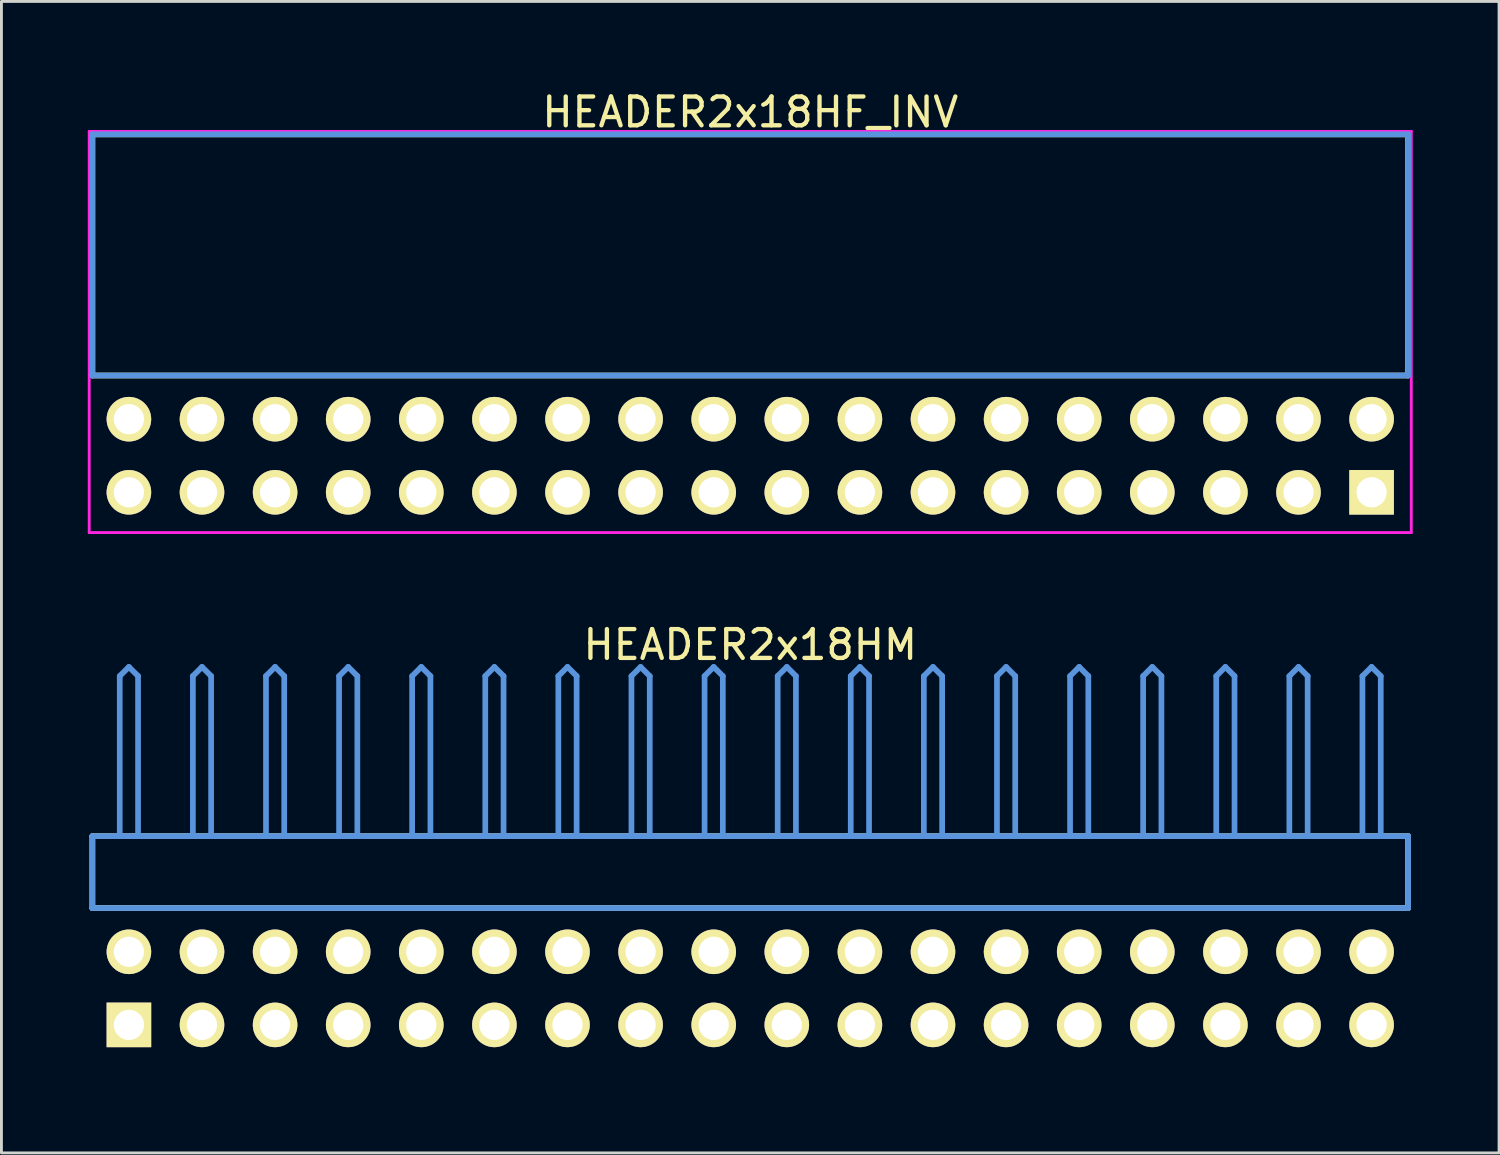
<source format=kicad_pcb>
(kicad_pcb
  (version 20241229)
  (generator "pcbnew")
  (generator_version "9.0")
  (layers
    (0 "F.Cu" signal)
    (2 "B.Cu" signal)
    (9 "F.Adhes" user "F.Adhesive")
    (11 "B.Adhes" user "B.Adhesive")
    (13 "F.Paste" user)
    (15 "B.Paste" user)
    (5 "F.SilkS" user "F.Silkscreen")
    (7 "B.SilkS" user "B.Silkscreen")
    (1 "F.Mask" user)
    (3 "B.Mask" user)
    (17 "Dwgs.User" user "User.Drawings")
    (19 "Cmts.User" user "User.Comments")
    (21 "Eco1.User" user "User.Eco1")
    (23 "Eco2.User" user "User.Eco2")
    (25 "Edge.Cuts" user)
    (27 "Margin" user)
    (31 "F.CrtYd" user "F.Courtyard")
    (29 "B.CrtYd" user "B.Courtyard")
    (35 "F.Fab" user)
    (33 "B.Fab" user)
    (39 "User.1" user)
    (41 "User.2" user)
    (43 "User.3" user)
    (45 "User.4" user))
  (footprint "HEADER2x18HF_INV"
    (layer "F.Cu")
    (at 1.429 14.056)
    (property "Reference" "HEADER2x18HF_INV" (at 21.59 -13.208 0) (layer "F.SilkS") (effects (font (size 1.001 1.001) (thickness 0.15))))
    (attr through_hole)
    (fp_line (start -1.27 -12.438) (end -1.27 -4.059) (stroke (width 0.198) (type solid)) (layer "F.SilkS"))
    (fp_line (start -1.27 -4.059) (end 44.45 -4.059) (stroke (width 0.198) (type solid)) (layer "F.SilkS"))
    (fp_line (start 44.45 -12.438) (end -1.27 -12.438) (stroke (width 0.198) (type solid)) (layer "F.SilkS"))
    (fp_line (start 44.45 -4.059) (end 44.45 -12.438) (stroke (width 0.198) (type solid)) (layer "F.SilkS"))
    (fp_line (start -1.27 -12.438) (end -1.27 -4.059) (stroke (width 0.198) (type solid)) (layer "Cmts.User"))
    (fp_line (start -1.27 -4.059) (end 44.45 -4.059) (stroke (width 0.198) (type solid)) (layer "Cmts.User"))
    (fp_line (start 44.45 -12.438) (end -1.27 -12.438) (stroke (width 0.198) (type solid)) (layer "Cmts.User"))
    (fp_line (start 44.45 -4.059) (end 44.45 -12.438) (stroke (width 0.198) (type solid)) (layer "Cmts.User"))
    (fp_line (start -1.379 -12.54) (end 44.559 -12.54) (stroke (width 0.099) (type solid)) (layer "F.CrtYd"))
    (fp_line (start -1.379 1.4) (end -1.379 -12.54) (stroke (width 0.099) (type solid)) (layer "F.CrtYd"))
    (fp_line (start 44.559 -12.54) (end 44.559 1.4) (stroke (width 0.099) (type solid)) (layer "F.CrtYd"))
    (fp_line (start 44.559 1.4) (end -1.379 1.4) (stroke (width 0.099) (type solid)) (layer "F.CrtYd"))
    (pad "1" thru_hole rect (at 43.18 0) (size 1.549 1.549) (drill 1.049) (layers "*.Cu" "*.Mask" "F.SilkS"))
    (pad "2" thru_hole circle (at 43.18 -2.54) (size 1.549 1.549) (drill 1.049) (layers "*.Cu" "*.Mask" "F.SilkS"))
    (pad "3" thru_hole circle (at 40.64 0) (size 1.549 1.549) (drill 1.049) (layers "*.Cu" "*.Mask" "F.SilkS"))
    (pad "4" thru_hole circle (at 40.64 -2.54) (size 1.549 1.549) (drill 1.049) (layers "*.Cu" "*.Mask" "F.SilkS"))
    (pad "5" thru_hole circle (at 38.1 0) (size 1.549 1.549) (drill 1.049) (layers "*.Cu" "*.Mask" "F.SilkS"))
    (pad "6" thru_hole circle (at 38.1 -2.54) (size 1.549 1.549) (drill 1.049) (layers "*.Cu" "*.Mask" "F.SilkS"))
    (pad "7" thru_hole circle (at 35.56 0) (size 1.549 1.549) (drill 1.049) (layers "*.Cu" "*.Mask" "F.SilkS"))
    (pad "8" thru_hole circle (at 35.56 -2.54) (size 1.549 1.549) (drill 1.049) (layers "*.Cu" "*.Mask" "F.SilkS"))
    (pad "9" thru_hole circle (at 33.02 0) (size 1.549 1.549) (drill 1.049) (layers "*.Cu" "*.Mask" "F.SilkS"))
    (pad "10" thru_hole circle (at 33.02 -2.54) (size 1.549 1.549) (drill 1.049) (layers "*.Cu" "*.Mask" "F.SilkS"))
    (pad "11" thru_hole circle (at 30.48 0) (size 1.549 1.549) (drill 1.049) (layers "*.Cu" "*.Mask" "F.SilkS"))
    (pad "12" thru_hole circle (at 30.48 -2.54) (size 1.549 1.549) (drill 1.049) (layers "*.Cu" "*.Mask" "F.SilkS"))
    (pad "13" thru_hole circle (at 27.94 0) (size 1.549 1.549) (drill 1.049) (layers "*.Cu" "*.Mask" "F.SilkS"))
    (pad "14" thru_hole circle (at 27.94 -2.54) (size 1.549 1.549) (drill 1.049) (layers "*.Cu" "*.Mask" "F.SilkS"))
    (pad "15" thru_hole circle (at 25.4 0) (size 1.549 1.549) (drill 1.049) (layers "*.Cu" "*.Mask" "F.SilkS"))
    (pad "16" thru_hole circle (at 25.4 -2.54) (size 1.549 1.549) (drill 1.049) (layers "*.Cu" "*.Mask" "F.SilkS"))
    (pad "17" thru_hole circle (at 22.86 0) (size 1.549 1.549) (drill 1.049) (layers "*.Cu" "*.Mask" "F.SilkS"))
    (pad "18" thru_hole circle (at 22.86 -2.54) (size 1.549 1.549) (drill 1.049) (layers "*.Cu" "*.Mask" "F.SilkS"))
    (pad "19" thru_hole circle (at 20.32 0) (size 1.549 1.549) (drill 1.049) (layers "*.Cu" "*.Mask" "F.SilkS"))
    (pad "20" thru_hole circle (at 20.32 -2.54) (size 1.549 1.549) (drill 1.049) (layers "*.Cu" "*.Mask" "F.SilkS"))
    (pad "21" thru_hole circle (at 17.78 0) (size 1.549 1.549) (drill 1.049) (layers "*.Cu" "*.Mask" "F.SilkS"))
    (pad "22" thru_hole circle (at 17.78 -2.54) (size 1.549 1.549) (drill 1.049) (layers "*.Cu" "*.Mask" "F.SilkS"))
    (pad "23" thru_hole circle (at 15.24 0) (size 1.549 1.549) (drill 1.049) (layers "*.Cu" "*.Mask" "F.SilkS"))
    (pad "24" thru_hole circle (at 15.24 -2.54) (size 1.549 1.549) (drill 1.049) (layers "*.Cu" "*.Mask" "F.SilkS"))
    (pad "25" thru_hole circle (at 12.7 0) (size 1.549 1.549) (drill 1.049) (layers "*.Cu" "*.Mask" "F.SilkS"))
    (pad "26" thru_hole circle (at 12.7 -2.54) (size 1.549 1.549) (drill 1.049) (layers "*.Cu" "*.Mask" "F.SilkS"))
    (pad "27" thru_hole circle (at 10.16 0) (size 1.549 1.549) (drill 1.049) (layers "*.Cu" "*.Mask" "F.SilkS"))
    (pad "28" thru_hole circle (at 10.16 -2.54) (size 1.549 1.549) (drill 1.049) (layers "*.Cu" "*.Mask" "F.SilkS"))
    (pad "29" thru_hole circle (at 7.62 0) (size 1.549 1.549) (drill 1.049) (layers "*.Cu" "*.Mask" "F.SilkS"))
    (pad "30" thru_hole circle (at 7.62 -2.54) (size 1.549 1.549) (drill 1.049) (layers "*.Cu" "*.Mask" "F.SilkS"))
    (pad "31" thru_hole circle (at 5.08 0) (size 1.549 1.549) (drill 1.049) (layers "*.Cu" "*.Mask" "F.SilkS"))
    (pad "32" thru_hole circle (at 5.08 -2.54) (size 1.549 1.549) (drill 1.049) (layers "*.Cu" "*.Mask" "F.SilkS"))
    (pad "33" thru_hole circle (at 2.54 0) (size 1.549 1.549) (drill 1.049) (layers "*.Cu" "*.Mask" "F.SilkS"))
    (pad "34" thru_hole circle (at 2.54 -2.54) (size 1.549 1.549) (drill 1.049) (layers "*.Cu" "*.Mask" "F.SilkS"))
    (pad "35" thru_hole circle (at 0 0) (size 1.549 1.549) (drill 1.049) (layers "*.Cu" "*.Mask" "F.SilkS"))
    (pad "36" thru_hole circle (at 0 -2.54) (size 1.549 1.549) (drill 1.049) (layers "*.Cu" "*.Mask" "F.SilkS")))
  (footprint "HEADER2x18HM"
    (layer "F.Cu")
    (at 1.429 32.562)
    (property "Reference" "HEADER2x18HM" (at 21.59 -13.208 0) (layer "F.SilkS") (effects (font (size 1.001 1.001) (thickness 0.15))))
    (attr through_hole)
    (fp_line (start -1.27 -6.558) (end -1.27 -4.059) (stroke (width 0.198) (type solid)) (layer "F.SilkS"))
    (fp_line (start -1.27 -4.059) (end 44.45 -4.059) (stroke (width 0.198) (type solid)) (layer "F.SilkS"))
    (fp_line (start 44.45 -6.558) (end -1.27 -6.558) (stroke (width 0.198) (type solid)) (layer "F.SilkS"))
    (fp_line (start 44.45 -4.059) (end 44.45 -6.558) (stroke (width 0.198) (type solid)) (layer "F.SilkS"))
    (fp_line (start -1.27 -6.558) (end -1.27 -4.059) (stroke (width 0.198) (type solid)) (layer "Cmts.User"))
    (fp_line (start -1.27 -4.059) (end 44.45 -4.059) (stroke (width 0.198) (type solid)) (layer "Cmts.User"))
    (fp_line (start -0.318 -12.121) (end 0 -12.438) (stroke (width 0.198) (type solid)) (layer "Cmts.User"))
    (fp_line (start -0.318 -6.599) (end -0.318 -12.121) (stroke (width 0.198) (type solid)) (layer "Cmts.User"))
    (fp_line (start 0.318 -12.121) (end 0 -12.438) (stroke (width 0.198) (type solid)) (layer "Cmts.User"))
    (fp_line (start 0.318 -6.599) (end 0.318 -12.121) (stroke (width 0.198) (type solid)) (layer "Cmts.User"))
    (fp_line (start 2.223 -12.121) (end 2.54 -12.438) (stroke (width 0.198) (type solid)) (layer "Cmts.User"))
    (fp_line (start 2.223 -6.599) (end 2.223 -12.121) (stroke (width 0.198) (type solid)) (layer "Cmts.User"))
    (fp_line (start 2.857 -12.121) (end 2.54 -12.438) (stroke (width 0.198) (type solid)) (layer "Cmts.User"))
    (fp_line (start 2.857 -6.599) (end 2.857 -12.121) (stroke (width 0.198) (type solid)) (layer "Cmts.User"))
    (fp_line (start 4.763 -12.121) (end 5.08 -12.438) (stroke (width 0.198) (type solid)) (layer "Cmts.User"))
    (fp_line (start 4.763 -6.599) (end 4.763 -12.121) (stroke (width 0.198) (type solid)) (layer "Cmts.User"))
    (fp_line (start 5.397 -12.121) (end 5.08 -12.438) (stroke (width 0.198) (type solid)) (layer "Cmts.User"))
    (fp_line (start 5.397 -6.599) (end 5.397 -12.121) (stroke (width 0.198) (type solid)) (layer "Cmts.User"))
    (fp_line (start 7.303 -12.121) (end 7.62 -12.438) (stroke (width 0.198) (type solid)) (layer "Cmts.User"))
    (fp_line (start 7.303 -6.599) (end 7.303 -12.121) (stroke (width 0.198) (type solid)) (layer "Cmts.User"))
    (fp_line (start 7.938 -12.121) (end 7.62 -12.438) (stroke (width 0.198) (type solid)) (layer "Cmts.User"))
    (fp_line (start 7.938 -6.599) (end 7.938 -12.121) (stroke (width 0.198) (type solid)) (layer "Cmts.User"))
    (fp_line (start 9.842 -12.121) (end 10.16 -12.438) (stroke (width 0.198) (type solid)) (layer "Cmts.User"))
    (fp_line (start 9.842 -6.599) (end 9.842 -12.121) (stroke (width 0.198) (type solid)) (layer "Cmts.User"))
    (fp_line (start 10.477 -12.121) (end 10.16 -12.438) (stroke (width 0.198) (type solid)) (layer "Cmts.User"))
    (fp_line (start 10.477 -6.599) (end 10.477 -12.121) (stroke (width 0.198) (type solid)) (layer "Cmts.User"))
    (fp_line (start 12.383 -12.121) (end 12.7 -12.438) (stroke (width 0.198) (type solid)) (layer "Cmts.User"))
    (fp_line (start 12.383 -6.599) (end 12.383 -12.121) (stroke (width 0.198) (type solid)) (layer "Cmts.User"))
    (fp_line (start 13.018 -12.121) (end 12.7 -12.438) (stroke (width 0.198) (type solid)) (layer "Cmts.User"))
    (fp_line (start 13.018 -6.599) (end 13.018 -12.121) (stroke (width 0.198) (type solid)) (layer "Cmts.User"))
    (fp_line (start 14.922 -12.121) (end 15.24 -12.438) (stroke (width 0.198) (type solid)) (layer "Cmts.User"))
    (fp_line (start 14.922 -6.599) (end 14.922 -12.121) (stroke (width 0.198) (type solid)) (layer "Cmts.User"))
    (fp_line (start 15.557 -12.121) (end 15.24 -12.438) (stroke (width 0.198) (type solid)) (layer "Cmts.User"))
    (fp_line (start 15.557 -6.599) (end 15.557 -12.121) (stroke (width 0.198) (type solid)) (layer "Cmts.User"))
    (fp_line (start 17.462 -12.121) (end 17.78 -12.438) (stroke (width 0.198) (type solid)) (layer "Cmts.User"))
    (fp_line (start 17.462 -6.599) (end 17.462 -12.121) (stroke (width 0.198) (type solid)) (layer "Cmts.User"))
    (fp_line (start 18.098 -12.121) (end 17.78 -12.438) (stroke (width 0.198) (type solid)) (layer "Cmts.User"))
    (fp_line (start 18.098 -6.599) (end 18.098 -12.121) (stroke (width 0.198) (type solid)) (layer "Cmts.User"))
    (fp_line (start 20.003 -12.121) (end 20.32 -12.438) (stroke (width 0.198) (type solid)) (layer "Cmts.User"))
    (fp_line (start 20.003 -6.599) (end 20.003 -12.121) (stroke (width 0.198) (type solid)) (layer "Cmts.User"))
    (fp_line (start 20.637 -12.121) (end 20.32 -12.438) (stroke (width 0.198) (type solid)) (layer "Cmts.User"))
    (fp_line (start 20.637 -6.599) (end 20.637 -12.121) (stroke (width 0.198) (type solid)) (layer "Cmts.User"))
    (fp_line (start 22.543 -12.121) (end 22.86 -12.438) (stroke (width 0.198) (type solid)) (layer "Cmts.User"))
    (fp_line (start 22.543 -6.599) (end 22.543 -12.121) (stroke (width 0.198) (type solid)) (layer "Cmts.User"))
    (fp_line (start 23.177 -12.121) (end 22.86 -12.438) (stroke (width 0.198) (type solid)) (layer "Cmts.User"))
    (fp_line (start 23.177 -6.599) (end 23.177 -12.121) (stroke (width 0.198) (type solid)) (layer "Cmts.User"))
    (fp_line (start 25.082 -12.121) (end 25.4 -12.438) (stroke (width 0.198) (type solid)) (layer "Cmts.User"))
    (fp_line (start 25.082 -6.599) (end 25.082 -12.121) (stroke (width 0.198) (type solid)) (layer "Cmts.User"))
    (fp_line (start 25.718 -12.121) (end 25.4 -12.438) (stroke (width 0.198) (type solid)) (layer "Cmts.User"))
    (fp_line (start 25.718 -6.599) (end 25.718 -12.121) (stroke (width 0.198) (type solid)) (layer "Cmts.User"))
    (fp_line (start 27.622 -12.121) (end 27.94 -12.438) (stroke (width 0.198) (type solid)) (layer "Cmts.User"))
    (fp_line (start 27.622 -6.599) (end 27.622 -12.121) (stroke (width 0.198) (type solid)) (layer "Cmts.User"))
    (fp_line (start 28.258 -12.121) (end 27.94 -12.438) (stroke (width 0.198) (type solid)) (layer "Cmts.User"))
    (fp_line (start 28.258 -6.599) (end 28.258 -12.121) (stroke (width 0.198) (type solid)) (layer "Cmts.User"))
    (fp_line (start 30.163 -12.121) (end 30.48 -12.438) (stroke (width 0.198) (type solid)) (layer "Cmts.User"))
    (fp_line (start 30.163 -6.599) (end 30.163 -12.121) (stroke (width 0.198) (type solid)) (layer "Cmts.User"))
    (fp_line (start 30.797 -12.121) (end 30.48 -12.438) (stroke (width 0.198) (type solid)) (layer "Cmts.User"))
    (fp_line (start 30.797 -6.599) (end 30.797 -12.121) (stroke (width 0.198) (type solid)) (layer "Cmts.User"))
    (fp_line (start 32.703 -12.121) (end 33.02 -12.438) (stroke (width 0.198) (type solid)) (layer "Cmts.User"))
    (fp_line (start 32.703 -6.599) (end 32.703 -12.121) (stroke (width 0.198) (type solid)) (layer "Cmts.User"))
    (fp_line (start 33.337 -12.121) (end 33.02 -12.438) (stroke (width 0.198) (type solid)) (layer "Cmts.User"))
    (fp_line (start 33.337 -6.599) (end 33.337 -12.121) (stroke (width 0.198) (type solid)) (layer "Cmts.User"))
    (fp_line (start 35.242 -12.121) (end 35.56 -12.438) (stroke (width 0.198) (type solid)) (layer "Cmts.User"))
    (fp_line (start 35.242 -6.599) (end 35.242 -12.121) (stroke (width 0.198) (type solid)) (layer "Cmts.User"))
    (fp_line (start 35.877 -12.121) (end 35.56 -12.438) (stroke (width 0.198) (type solid)) (layer "Cmts.User"))
    (fp_line (start 35.877 -6.599) (end 35.877 -12.121) (stroke (width 0.198) (type solid)) (layer "Cmts.User"))
    (fp_line (start 37.782 -12.121) (end 38.1 -12.438) (stroke (width 0.198) (type solid)) (layer "Cmts.User"))
    (fp_line (start 37.782 -6.599) (end 37.782 -12.121) (stroke (width 0.198) (type solid)) (layer "Cmts.User"))
    (fp_line (start 38.417 -12.121) (end 38.1 -12.438) (stroke (width 0.198) (type solid)) (layer "Cmts.User"))
    (fp_line (start 38.417 -6.599) (end 38.417 -12.121) (stroke (width 0.198) (type solid)) (layer "Cmts.User"))
    (fp_line (start 40.322 -12.121) (end 40.64 -12.438) (stroke (width 0.198) (type solid)) (layer "Cmts.User"))
    (fp_line (start 40.322 -6.599) (end 40.322 -12.121) (stroke (width 0.198) (type solid)) (layer "Cmts.User"))
    (fp_line (start 40.958 -12.121) (end 40.64 -12.438) (stroke (width 0.198) (type solid)) (layer "Cmts.User"))
    (fp_line (start 40.958 -6.599) (end 40.958 -12.121) (stroke (width 0.198) (type solid)) (layer "Cmts.User"))
    (fp_line (start 42.862 -12.121) (end 43.18 -12.438) (stroke (width 0.198) (type solid)) (layer "Cmts.User"))
    (fp_line (start 42.862 -6.599) (end 42.862 -12.121) (stroke (width 0.198) (type solid)) (layer "Cmts.User"))
    (fp_line (start 43.498 -12.121) (end 43.18 -12.438) (stroke (width 0.198) (type solid)) (layer "Cmts.User"))
    (fp_line (start 43.498 -6.599) (end 43.498 -12.121) (stroke (width 0.198) (type solid)) (layer "Cmts.User"))
    (fp_line (start 44.45 -6.558) (end -1.27 -6.558) (stroke (width 0.198) (type solid)) (layer "Cmts.User"))
    (fp_line (start 44.45 -4.059) (end 44.45 -6.558) (stroke (width 0.198) (type solid)) (layer "Cmts.User"))
    (fp_line (start -1.379 -12.54) (end 44.559 -12.54) (stroke (width 0.099) (type solid)) (layer "Eco1.User"))
    (fp_line (start -1.379 1.4) (end -1.379 -12.54) (stroke (width 0.099) (type solid)) (layer "Eco1.User"))
    (fp_line (start 44.559 -12.54) (end 44.559 1.4) (stroke (width 0.099) (type solid)) (layer "Eco1.User"))
    (fp_line (start 44.559 1.4) (end -1.379 1.4) (stroke (width 0.099) (type solid)) (layer "Eco1.User"))
    (pad "1" thru_hole rect (at 0 0) (size 1.549 1.549) (drill 1.049) (layers "*.Cu" "*.Mask" "F.SilkS"))
    (pad "2" thru_hole circle (at 0 -2.54) (size 1.549 1.549) (drill 1.049) (layers "*.Cu" "*.Mask" "F.SilkS"))
    (pad "3" thru_hole circle (at 2.54 0) (size 1.549 1.549) (drill 1.049) (layers "*.Cu" "*.Mask" "F.SilkS"))
    (pad "4" thru_hole circle (at 2.54 -2.54) (size 1.549 1.549) (drill 1.049) (layers "*.Cu" "*.Mask" "F.SilkS"))
    (pad "5" thru_hole circle (at 5.08 0) (size 1.549 1.549) (drill 1.049) (layers "*.Cu" "*.Mask" "F.SilkS"))
    (pad "6" thru_hole circle (at 5.08 -2.54) (size 1.549 1.549) (drill 1.049) (layers "*.Cu" "*.Mask" "F.SilkS"))
    (pad "7" thru_hole circle (at 7.62 0) (size 1.549 1.549) (drill 1.049) (layers "*.Cu" "*.Mask" "F.SilkS"))
    (pad "8" thru_hole circle (at 7.62 -2.54) (size 1.549 1.549) (drill 1.049) (layers "*.Cu" "*.Mask" "F.SilkS"))
    (pad "9" thru_hole circle (at 10.16 0) (size 1.549 1.549) (drill 1.049) (layers "*.Cu" "*.Mask" "F.SilkS"))
    (pad "10" thru_hole circle (at 10.16 -2.54) (size 1.549 1.549) (drill 1.049) (layers "*.Cu" "*.Mask" "F.SilkS"))
    (pad "11" thru_hole circle (at 12.7 0) (size 1.549 1.549) (drill 1.049) (layers "*.Cu" "*.Mask" "F.SilkS"))
    (pad "12" thru_hole circle (at 12.7 -2.54) (size 1.549 1.549) (drill 1.049) (layers "*.Cu" "*.Mask" "F.SilkS"))
    (pad "13" thru_hole circle (at 15.24 0) (size 1.549 1.549) (drill 1.049) (layers "*.Cu" "*.Mask" "F.SilkS"))
    (pad "14" thru_hole circle (at 15.24 -2.54) (size 1.549 1.549) (drill 1.049) (layers "*.Cu" "*.Mask" "F.SilkS"))
    (pad "15" thru_hole circle (at 17.78 0) (size 1.549 1.549) (drill 1.049) (layers "*.Cu" "*.Mask" "F.SilkS"))
    (pad "16" thru_hole circle (at 17.78 -2.54) (size 1.549 1.549) (drill 1.049) (layers "*.Cu" "*.Mask" "F.SilkS"))
    (pad "17" thru_hole circle (at 20.32 0) (size 1.549 1.549) (drill 1.049) (layers "*.Cu" "*.Mask" "F.SilkS"))
    (pad "18" thru_hole circle (at 20.32 -2.54) (size 1.549 1.549) (drill 1.049) (layers "*.Cu" "*.Mask" "F.SilkS"))
    (pad "19" thru_hole circle (at 22.86 0) (size 1.549 1.549) (drill 1.049) (layers "*.Cu" "*.Mask" "F.SilkS"))
    (pad "20" thru_hole circle (at 22.86 -2.54) (size 1.549 1.549) (drill 1.049) (layers "*.Cu" "*.Mask" "F.SilkS"))
    (pad "21" thru_hole circle (at 25.4 0) (size 1.549 1.549) (drill 1.049) (layers "*.Cu" "*.Mask" "F.SilkS"))
    (pad "22" thru_hole circle (at 25.4 -2.54) (size 1.549 1.549) (drill 1.049) (layers "*.Cu" "*.Mask" "F.SilkS"))
    (pad "23" thru_hole circle (at 27.94 0) (size 1.549 1.549) (drill 1.049) (layers "*.Cu" "*.Mask" "F.SilkS"))
    (pad "24" thru_hole circle (at 27.94 -2.54) (size 1.549 1.549) (drill 1.049) (layers "*.Cu" "*.Mask" "F.SilkS"))
    (pad "25" thru_hole circle (at 30.48 0) (size 1.549 1.549) (drill 1.049) (layers "*.Cu" "*.Mask" "F.SilkS"))
    (pad "26" thru_hole circle (at 30.48 -2.54) (size 1.549 1.549) (drill 1.049) (layers "*.Cu" "*.Mask" "F.SilkS"))
    (pad "27" thru_hole circle (at 33.02 0) (size 1.549 1.549) (drill 1.049) (layers "*.Cu" "*.Mask" "F.SilkS"))
    (pad "28" thru_hole circle (at 33.02 -2.54) (size 1.549 1.549) (drill 1.049) (layers "*.Cu" "*.Mask" "F.SilkS"))
    (pad "29" thru_hole circle (at 35.56 0) (size 1.549 1.549) (drill 1.049) (layers "*.Cu" "*.Mask" "F.SilkS"))
    (pad "30" thru_hole circle (at 35.56 -2.54) (size 1.549 1.549) (drill 1.049) (layers "*.Cu" "*.Mask" "F.SilkS"))
    (pad "31" thru_hole circle (at 38.1 0) (size 1.549 1.549) (drill 1.049) (layers "*.Cu" "*.Mask" "F.SilkS"))
    (pad "32" thru_hole circle (at 38.1 -2.54) (size 1.549 1.549) (drill 1.049) (layers "*.Cu" "*.Mask" "F.SilkS"))
    (pad "33" thru_hole circle (at 40.64 0) (size 1.549 1.549) (drill 1.049) (layers "*.Cu" "*.Mask" "F.SilkS"))
    (pad "34" thru_hole circle (at 40.64 -2.54) (size 1.549 1.549) (drill 1.049) (layers "*.Cu" "*.Mask" "F.SilkS"))
    (pad "35" thru_hole circle (at 43.18 0) (size 1.549 1.549) (drill 1.049) (layers "*.Cu" "*.Mask" "F.SilkS"))
    (pad "36" thru_hole circle (at 43.18 -2.54) (size 1.549 1.549) (drill 1.049) (layers "*.Cu" "*.Mask" "F.SilkS")))
  (gr_rect
    (start -3 -3)
    (end 49.038 37.011)
    (stroke (width 0.1) (type default))
    (fill no)
    (layer "Edge.Cuts")))
</source>
